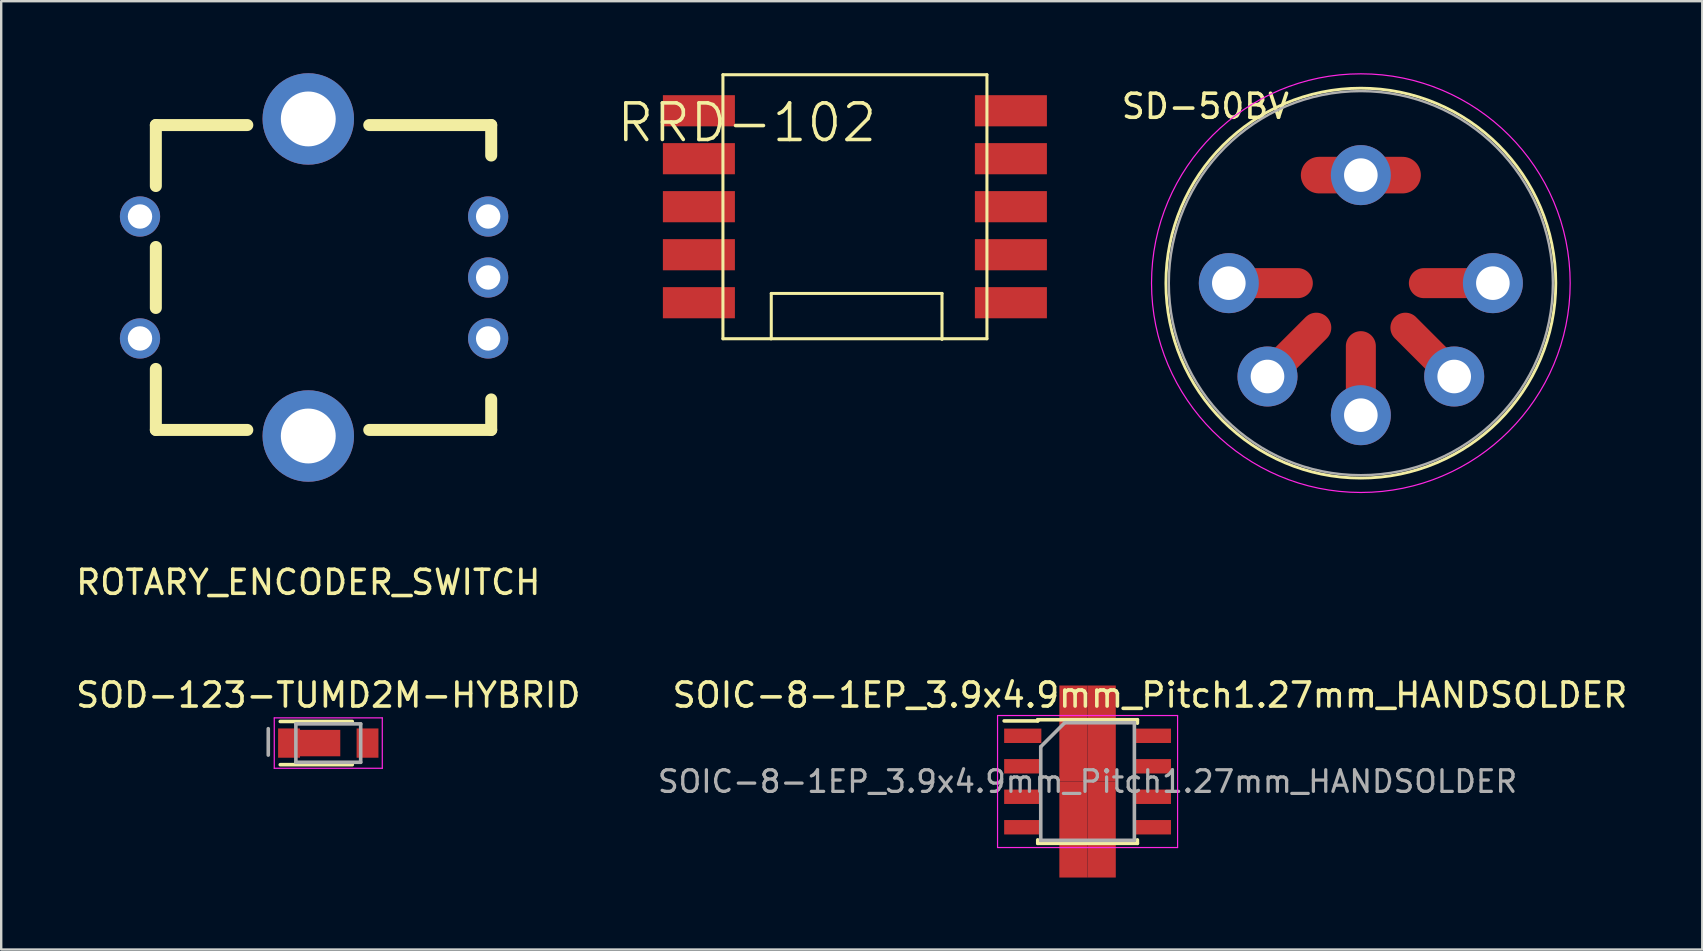
<source format=kicad_pcb>
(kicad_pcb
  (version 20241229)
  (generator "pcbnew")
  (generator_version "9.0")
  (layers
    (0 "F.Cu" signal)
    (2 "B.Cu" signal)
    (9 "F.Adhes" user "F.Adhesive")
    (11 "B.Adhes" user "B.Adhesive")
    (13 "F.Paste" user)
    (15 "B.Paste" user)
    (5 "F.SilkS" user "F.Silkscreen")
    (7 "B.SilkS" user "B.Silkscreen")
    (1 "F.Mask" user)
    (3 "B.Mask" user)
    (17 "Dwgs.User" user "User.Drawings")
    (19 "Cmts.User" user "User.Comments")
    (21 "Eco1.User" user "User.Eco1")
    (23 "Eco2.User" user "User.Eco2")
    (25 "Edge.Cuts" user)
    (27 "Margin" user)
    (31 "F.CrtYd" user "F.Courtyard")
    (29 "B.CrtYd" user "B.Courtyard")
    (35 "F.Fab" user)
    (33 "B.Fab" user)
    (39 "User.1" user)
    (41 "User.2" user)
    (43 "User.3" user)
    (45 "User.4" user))
  (footprint "RRD-102"
    (layer "F.Cu")
    (at 28.063 2.062)
    (property "Reference" "RRD-102" (at 0 0 0) (layer "F.SilkS") (effects (font (size 1.524 1.524) (thickness 0.15))))
    (attr smd)
    (fp_line (start -0.998 -1.999) (end -0.998 8.999) (stroke (width 0.127) (type solid)) (layer "F.SilkS"))
    (fp_line (start -0.998 8.999) (end 0.998 8.999) (stroke (width 0.127) (type solid)) (layer "F.SilkS"))
    (fp_line (start 0.998 8.999) (end 10 8.999) (stroke (width 0.127) (type solid)) (layer "F.SilkS"))
    (fp_line (start 1.016 7.112) (end 8.128 7.112) (stroke (width 0.127) (type solid)) (layer "F.SilkS"))
    (fp_line (start 1.016 8.999) (end 1.016 7.112) (stroke (width 0.127) (type solid)) (layer "F.SilkS"))
    (fp_line (start 8.128 7.112) (end 8.128 9.027) (stroke (width 0.127) (type solid)) (layer "F.SilkS"))
    (fp_line (start 10 -1.999) (end -0.998 -1.999) (stroke (width 0.127) (type solid)) (layer "F.SilkS"))
    (fp_line (start 10 8.999) (end 10 -1.999) (stroke (width 0.127) (type solid)) (layer "F.SilkS"))
    (pad "1" smd rect (at -1.999 -0.498) (size 3 1.298) (layers "F.Cu" "F.Mask" "F.Paste"))
    (pad "2" smd rect (at -1.999 1.499) (size 3 1.298) (layers "F.Cu" "F.Mask" "F.Paste"))
    (pad "3" smd rect (at -1.999 3.498) (size 3 1.298) (layers "F.Cu" "F.Mask" "F.Paste"))
    (pad "4" smd rect (at -1.999 5.499) (size 3 1.298) (layers "F.Cu" "F.Mask" "F.Paste"))
    (pad "5" smd rect (at -1.999 7.498) (size 3 1.298) (layers "F.Cu" "F.Mask" "F.Paste"))
    (pad "6" smd rect (at 10.998 7.498) (size 3 1.298) (layers "F.Cu" "F.Mask" "F.Paste"))
    (pad "7" smd rect (at 10.998 5.499) (size 3 1.298) (layers "F.Cu" "F.Mask" "F.Paste"))
    (pad "8" smd rect (at 10.998 3.498) (size 3 1.298) (layers "F.Cu" "F.Mask" "F.Paste"))
    (pad "9" smd rect (at 10.998 1.499) (size 3 1.298) (layers "F.Cu" "F.Mask" "F.Paste"))
    (pad "10" smd rect (at 10.998 -0.498) (size 3 1.298) (layers "F.Cu" "F.Mask" "F.Paste")))
  (footprint "ROTARY_ENCODER_SWITCH"
    (layer "F.Cu")
    (at 9.792 8.509)
    (property "Reference" "ROTARY_ENCODER_SWITCH" (at 0 12.7 0) (layer "F.SilkS") (effects (font (size 1 1) (thickness 0.15))))
    (attr through_hole)
    (fp_line (start -6.35 -6.35) (end -6.35 -3.81) (stroke (width 0.5) (type solid)) (layer "F.SilkS"))
    (fp_line (start -6.35 -6.35) (end -2.54 -6.35) (stroke (width 0.5) (type solid)) (layer "F.SilkS"))
    (fp_line (start -6.35 -1.27) (end -6.35 1.27) (stroke (width 0.5) (type solid)) (layer "F.SilkS"))
    (fp_line (start -6.35 3.81) (end -6.35 6.35) (stroke (width 0.5) (type solid)) (layer "F.SilkS"))
    (fp_line (start -6.35 6.35) (end -2.54 6.35) (stroke (width 0.5) (type solid)) (layer "F.SilkS"))
    (fp_line (start 2.54 -6.35) (end 7.62 -6.35) (stroke (width 0.5) (type solid)) (layer "F.SilkS"))
    (fp_line (start 2.54 6.35) (end 7.62 6.35) (stroke (width 0.5) (type solid)) (layer "F.SilkS"))
    (fp_line (start 7.62 -6.35) (end 7.62 -5.08) (stroke (width 0.5) (type solid)) (layer "F.SilkS"))
    (fp_line (start 7.62 6.35) (end 7.62 5.08) (stroke (width 0.5) (type solid)) (layer "F.SilkS"))
    (pad "1" thru_hole circle (at 7.493 2.54) (size 1.676 1.676) (drill 1.016) (layers "*.Cu" "*.Mask"))
    (pad "2" thru_hole circle (at 7.493 0) (size 1.676 1.676) (drill 1.016) (layers "*.Cu" "*.Mask"))
    (pad "3" thru_hole circle (at 7.493 -2.54) (size 1.676 1.676) (drill 1.016) (layers "*.Cu" "*.Mask"))
    (pad "4" thru_hole circle (at -7.01 -2.54) (size 1.676 1.676) (drill 1.016) (layers "*.Cu" "*.Mask"))
    (pad "5" thru_hole circle (at -7.01 2.54) (size 1.676 1.676) (drill 1.016) (layers "*.Cu" "*.Mask"))
    (pad "6" thru_hole circle (at 0 -6.604) (size 3.81 3.81) (drill 2.286) (layers "*.Cu" "*.Mask"))
    (pad "6" thru_hole circle (at 0 6.604) (size 3.81 3.81) (drill 2.286) (layers "*.Cu" "*.Mask")))
  (footprint "SD-50BV"
    (layer "F.Cu")
    (at 53.639 8.745)
    (property "Reference" "SD-50BV" (at -6.477 -7.366 0) (layer "F.SilkS") (effects (font (size 1 1) (thickness 0.15))))
    (attr through_hole)
    (fp_circle (center 0 0) (end 0 8.12) (stroke (width 0.12) (type solid)) (fill no) (layer "F.SilkS"))
    (fp_circle (center 0 0) (end 0 8.72) (stroke (width 0.05) (type solid)) (fill no) (layer "F.CrtYd"))
    (fp_circle (center 0 0) (end 0 8) (stroke (width 0.1) (type solid)) (fill no) (layer "F.Fab"))
    (pad "1" thru_hole oval (at 5.5 0 45) (size 2.5 2.5) (drill 1.4) (layers "*.Cu" "*.Mask"))
    (pad "1" smd oval (at 5.5 0 180) (size 4.25 1.25) (drill (offset 1.375 0)) (layers "F.Cu" "F.Mask"))
    (pad "2" thru_hole oval (at 0 5.5 45) (size 2.5 2.5) (drill 1.4) (layers "*.Cu" "*.Mask"))
    (pad "2" smd oval (at 0 5.5 90) (size 4.25 1.25) (drill (offset 1.375 0)) (layers "F.Cu" "F.Mask"))
    (pad "3" thru_hole oval (at -5.5 0 45) (size 2.5 2.5) (drill 1.4) (layers "*.Cu" "*.Mask"))
    (pad "3" smd oval (at -5.5 0) (size 4.25 1.25) (drill (offset 1.375 0)) (layers "F.Cu" "F.Mask"))
    (pad "4" thru_hole oval (at 3.889 3.889 45) (size 2.5 2.5) (drill 1.4) (layers "*.Cu" "*.Mask"))
    (pad "4" smd oval (at 3.889 3.889 135) (size 4.25 1.25) (drill (offset 1.375 0)) (layers "F.Cu" "F.Mask"))
    (pad "5" thru_hole oval (at -3.889 3.889 45) (size 2.5 2.5) (drill 1.4) (layers "*.Cu" "*.Mask"))
    (pad "5" smd oval (at -3.889 3.889 45) (size 4.25 1.25) (drill (offset 1.375 0)) (layers "F.Cu" "F.Mask"))
    (pad "S" thru_hole oval (at 0 -4.5 45) (size 2.5 2.5) (drill 1.4) (layers "*.Cu" "*.Mask"))
    (pad "S" smd oval (at 0 -4.5) (size 5 1.524) (layers "F.Cu" "F.Mask")))
  (footprint "SOIC-8-1EP_3.9x4.9mm_Pitch1.27mm_HANDSOLDER"
    (layer "F.Cu")
    (at 42.255 29.506)
    (property "Reference" "SOIC-8-1EP_3.9x4.9mm_Pitch1.27mm_HANDSOLDER" (at 2.6 -3.6 0) (layer "F.SilkS") (effects (font (size 1 1) (thickness 0.15))))
    (attr smd)
    (fp_line (start -2.075 -2.575) (end -2.075 -2.525) (stroke (width 0.15) (type solid)) (layer "F.SilkS"))
    (fp_line (start -2.075 -2.575) (end 2.075 -2.575) (stroke (width 0.15) (type solid)) (layer "F.SilkS"))
    (fp_line (start -2.075 -2.525) (end -3.475 -2.525) (stroke (width 0.15) (type solid)) (layer "F.SilkS"))
    (fp_line (start -2.075 2.575) (end -2.075 2.43) (stroke (width 0.15) (type solid)) (layer "F.SilkS"))
    (fp_line (start -2.075 2.575) (end 2.075 2.575) (stroke (width 0.15) (type solid)) (layer "F.SilkS"))
    (fp_line (start 2.075 -2.575) (end 2.075 -2.43) (stroke (width 0.15) (type solid)) (layer "F.SilkS"))
    (fp_line (start 2.075 2.575) (end 2.075 2.43) (stroke (width 0.15) (type solid)) (layer "F.SilkS"))
    (fp_line (start -3.75 -2.75) (end -3.75 2.75) (stroke (width 0.05) (type solid)) (layer "F.CrtYd"))
    (fp_line (start -3.75 -2.75) (end 3.75 -2.75) (stroke (width 0.05) (type solid)) (layer "F.CrtYd"))
    (fp_line (start -3.75 2.75) (end 3.75 2.75) (stroke (width 0.05) (type solid)) (layer "F.CrtYd"))
    (fp_line (start 3.75 -2.75) (end 3.75 2.75) (stroke (width 0.05) (type solid)) (layer "F.CrtYd"))
    (fp_line (start -1.95 -1.45) (end -0.95 -2.45) (stroke (width 0.15) (type solid)) (layer "F.Fab"))
    (fp_line (start -1.95 2.45) (end -1.95 -1.45) (stroke (width 0.15) (type solid)) (layer "F.Fab"))
    (fp_line (start -0.95 -2.45) (end 1.95 -2.45) (stroke (width 0.15) (type solid)) (layer "F.Fab"))
    (fp_line (start 1.95 -2.45) (end 1.95 2.45) (stroke (width 0.15) (type solid)) (layer "F.Fab"))
    (fp_line (start 1.95 2.45) (end -1.95 2.45) (stroke (width 0.15) (type solid)) (layer "F.Fab"))
    (fp_text user "${REFERENCE}" (at 0 0 0) (layer "F.Fab") (effects (font (size 0.9 0.9) (thickness 0.135))))
    (pad "1" smd rect (at -2.7 -1.905) (size 1.55 0.6) (layers "F.Cu" "F.Mask" "F.Paste"))
    (pad "2" smd rect (at -2.7 -0.635) (size 1.55 0.6) (layers "F.Cu" "F.Mask" "F.Paste"))
    (pad "3" smd rect (at -2.7 0.635) (size 1.55 0.6) (layers "F.Cu" "F.Mask" "F.Paste"))
    (pad "4" smd rect (at -2.7 1.905) (size 1.55 0.6) (layers "F.Cu" "F.Mask" "F.Paste"))
    (pad "5" smd rect (at 2.7 1.905) (size 1.55 0.6) (layers "F.Cu" "F.Mask" "F.Paste"))
    (pad "6" smd rect (at 2.7 0.635) (size 1.55 0.6) (layers "F.Cu" "F.Mask" "F.Paste"))
    (pad "7" smd rect (at 2.7 -0.635) (size 1.55 0.6) (layers "F.Cu" "F.Mask" "F.Paste"))
    (pad "8" smd rect (at 2.7 -1.905) (size 1.55 0.6) (layers "F.Cu" "F.Mask" "F.Paste"))
    (pad "9" smd rect (at -0.588 -2) (size 1.175 4) (layers "F.Cu" "F.Mask" "F.Paste"))
    (pad "9" smd rect (at -0.588 2) (size 1.175 4) (layers "F.Cu" "F.Mask" "F.Paste"))
    (pad "9" smd rect (at 0.588 -2) (size 1.175 4) (layers "F.Cu" "F.Mask" "F.Paste"))
    (pad "9" smd rect (at 0.588 2) (size 1.175 4) (layers "F.Cu" "F.Mask" "F.Paste")))
  (footprint "SOD-123-TUMD2M-HYBRID"
    (layer "F.Cu")
    (at 10.625 27.905)
    (property "Reference" "SOD-123-TUMD2M-HYBRID" (at 0 -2 0) (layer "F.SilkS") (effects (font (size 1 1) (thickness 0.15))))
    (attr smd)
    (fp_line (start -2 -0.9) (end 1 -0.9) (stroke (width 0.15) (type solid)) (layer "F.SilkS"))
    (fp_line (start -2 0.9) (end 1 0.9) (stroke (width 0.15) (type solid)) (layer "F.SilkS"))
    (fp_line (start -2.25 -1.05) (end -2.25 1.05) (stroke (width 0.05) (type solid)) (layer "F.CrtYd"))
    (fp_line (start -2.25 -1.05) (end 2.25 -1.05) (stroke (width 0.05) (type solid)) (layer "F.CrtYd"))
    (fp_line (start 2.25 -1.05) (end 2.25 1.05) (stroke (width 0.05) (type solid)) (layer "F.CrtYd"))
    (fp_line (start 2.25 1.05) (end -2.25 1.05) (stroke (width 0.05) (type solid)) (layer "F.CrtYd"))
    (fp_line (start -2.5 -0.6) (end -2.5 0.5) (stroke (width 0.15) (type solid)) (layer "F.Fab"))
    (fp_line (start -1.35 -0.8) (end 1.35 -0.8) (stroke (width 0.15) (type solid)) (layer "F.Fab"))
    (fp_line (start -1.35 0.8) (end -1.35 -0.8) (stroke (width 0.15) (type solid)) (layer "F.Fab"))
    (fp_line (start 1.35 -0.8) (end 1.35 0.8) (stroke (width 0.15) (type solid)) (layer "F.Fab"))
    (fp_line (start 1.35 0.8) (end -1.35 0.8) (stroke (width 0.15) (type solid)) (layer "F.Fab"))
    (pad "1" smd rect (at -1.635 0) (size 0.91 1.22) (layers "F.Cu" "F.Mask" "F.Paste"))
    (pad "1" smd rect (at -0.5 0) (size 2 1.1) (layers "F.Cu" "F.Mask" "F.Paste"))
    (pad "2" smd rect (at 1.635 0) (size 0.91 1.22) (layers "F.Cu" "F.Mask" "F.Paste")))
  (gr_rect
    (start -3 -3)
    (end 67.861 36.505)
    (stroke (width 0.1) (type default))
    (fill no)
    (layer "Edge.Cuts")))
</source>
